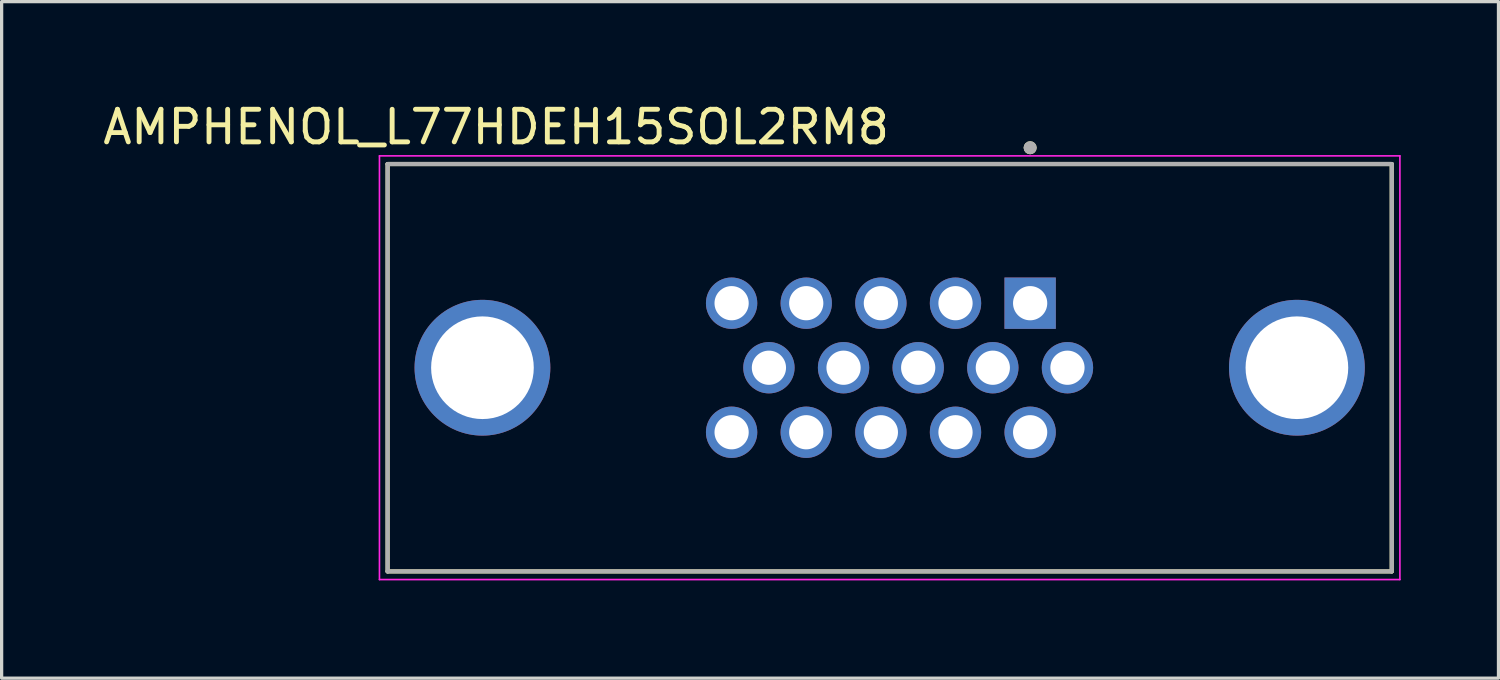
<source format=kicad_pcb>
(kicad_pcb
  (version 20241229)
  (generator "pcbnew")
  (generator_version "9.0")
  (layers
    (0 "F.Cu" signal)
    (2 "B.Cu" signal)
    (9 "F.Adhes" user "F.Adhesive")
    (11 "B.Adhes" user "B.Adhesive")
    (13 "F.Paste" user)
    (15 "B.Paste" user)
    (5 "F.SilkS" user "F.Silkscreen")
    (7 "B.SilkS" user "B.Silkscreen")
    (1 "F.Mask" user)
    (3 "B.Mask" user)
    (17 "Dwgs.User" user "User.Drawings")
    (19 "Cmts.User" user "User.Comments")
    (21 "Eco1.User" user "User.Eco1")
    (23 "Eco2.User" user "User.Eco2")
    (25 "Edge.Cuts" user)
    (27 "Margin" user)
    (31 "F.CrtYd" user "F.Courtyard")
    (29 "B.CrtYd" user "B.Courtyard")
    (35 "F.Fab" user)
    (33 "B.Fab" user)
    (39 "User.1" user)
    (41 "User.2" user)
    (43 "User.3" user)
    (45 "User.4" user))
  (footprint "AMPHENOL_L77HDEH15SOL2RM8"
    (layer "F.Cu")
    (at 24.248 8.233)
    (property "Reference" "AMPHENOL_L77HDEH15SOL2RM8" (at -12.075 -7.385 0) (layer "F.SilkS") (effects (font (size 1 1) (thickness 0.15))))
    (attr through_hole)
    (fp_line (start -15.405 -6.25) (end 15.405 -6.25) (stroke (width 0.127) (type solid)) (layer "F.SilkS"))
    (fp_line (start -15.405 6.25) (end -15.405 -6.25) (stroke (width 0.127) (type solid)) (layer "F.SilkS"))
    (fp_line (start -15.405 6.25) (end 15.405 6.25) (stroke (width 0.127) (type solid)) (layer "F.SilkS"))
    (fp_line (start 15.405 6.25) (end 15.405 -6.25) (stroke (width 0.127) (type solid)) (layer "F.SilkS"))
    (fp_circle (center 4.31 -6.75) (end 4.41 -6.75) (stroke (width 0.2) (type solid)) (fill no) (layer "F.SilkS"))
    (fp_line (start -15.655 -6.5) (end -15.655 6.5) (stroke (width 0.05) (type solid)) (layer "F.CrtYd"))
    (fp_line (start -15.655 6.5) (end 15.655 6.5) (stroke (width 0.05) (type solid)) (layer "F.CrtYd"))
    (fp_line (start 15.655 -6.5) (end -15.655 -6.5) (stroke (width 0.05) (type solid)) (layer "F.CrtYd"))
    (fp_line (start 15.655 6.5) (end 15.655 -6.5) (stroke (width 0.05) (type solid)) (layer "F.CrtYd"))
    (fp_line (start -15.405 -6.25) (end 15.405 -6.25) (stroke (width 0.127) (type solid)) (layer "F.Fab"))
    (fp_line (start -15.405 6.25) (end -15.405 -6.25) (stroke (width 0.127) (type solid)) (layer "F.Fab"))
    (fp_line (start -15.405 6.25) (end 15.405 6.25) (stroke (width 0.127) (type solid)) (layer "F.Fab"))
    (fp_line (start 15.405 6.25) (end 15.405 -6.25) (stroke (width 0.127) (type solid)) (layer "F.Fab"))
    (fp_circle (center 4.31 -6.75) (end 4.41 -6.75) (stroke (width 0.2) (type solid)) (fill no) (layer "F.Fab"))
    (pad "1" thru_hole rect (at 4.31 -1.98) (size 1.575 1.575) (drill 1.05) (layers "*.Cu" "*.Mask"))
    (pad "2" thru_hole circle (at 2.02 -1.98) (size 1.575 1.575) (drill 1.05) (layers "*.Cu" "*.Mask"))
    (pad "3" thru_hole circle (at -0.27 -1.98) (size 1.575 1.575) (drill 1.05) (layers "*.Cu" "*.Mask"))
    (pad "4" thru_hole circle (at -2.56 -1.98) (size 1.575 1.575) (drill 1.05) (layers "*.Cu" "*.Mask"))
    (pad "5" thru_hole circle (at -4.85 -1.98) (size 1.575 1.575) (drill 1.05) (layers "*.Cu" "*.Mask"))
    (pad "6" thru_hole circle (at 5.455 0) (size 1.575 1.575) (drill 1.05) (layers "*.Cu" "*.Mask"))
    (pad "7" thru_hole circle (at 3.165 0) (size 1.575 1.575) (drill 1.05) (layers "*.Cu" "*.Mask"))
    (pad "8" thru_hole circle (at 0.875 0) (size 1.575 1.575) (drill 1.05) (layers "*.Cu" "*.Mask"))
    (pad "9" thru_hole circle (at -1.415 0) (size 1.575 1.575) (drill 1.05) (layers "*.Cu" "*.Mask"))
    (pad "10" thru_hole circle (at -3.705 0) (size 1.575 1.575) (drill 1.05) (layers "*.Cu" "*.Mask"))
    (pad "11" thru_hole circle (at 4.31 1.98) (size 1.575 1.575) (drill 1.05) (layers "*.Cu" "*.Mask"))
    (pad "12" thru_hole circle (at 2.02 1.98) (size 1.575 1.575) (drill 1.05) (layers "*.Cu" "*.Mask"))
    (pad "13" thru_hole circle (at -0.27 1.98) (size 1.575 1.575) (drill 1.05) (layers "*.Cu" "*.Mask"))
    (pad "14" thru_hole circle (at -2.56 1.98) (size 1.575 1.575) (drill 1.05) (layers "*.Cu" "*.Mask"))
    (pad "15" thru_hole circle (at -4.85 1.98) (size 1.575 1.575) (drill 1.05) (layers "*.Cu" "*.Mask"))
    (pad "SH1" thru_hole circle (at -12.495 0) (size 4.166 4.166) (drill 3.15) (layers "*.Cu" "*.Mask"))
    (pad "SH2" thru_hole circle (at 12.495 0) (size 4.166 4.166) (drill 3.15) (layers "*.Cu" "*.Mask")))
  (gr_rect
    (start -3 -3)
    (end 42.928 17.758)
    (stroke (width 0.1) (type default))
    (fill no)
    (layer "Edge.Cuts")))
</source>
